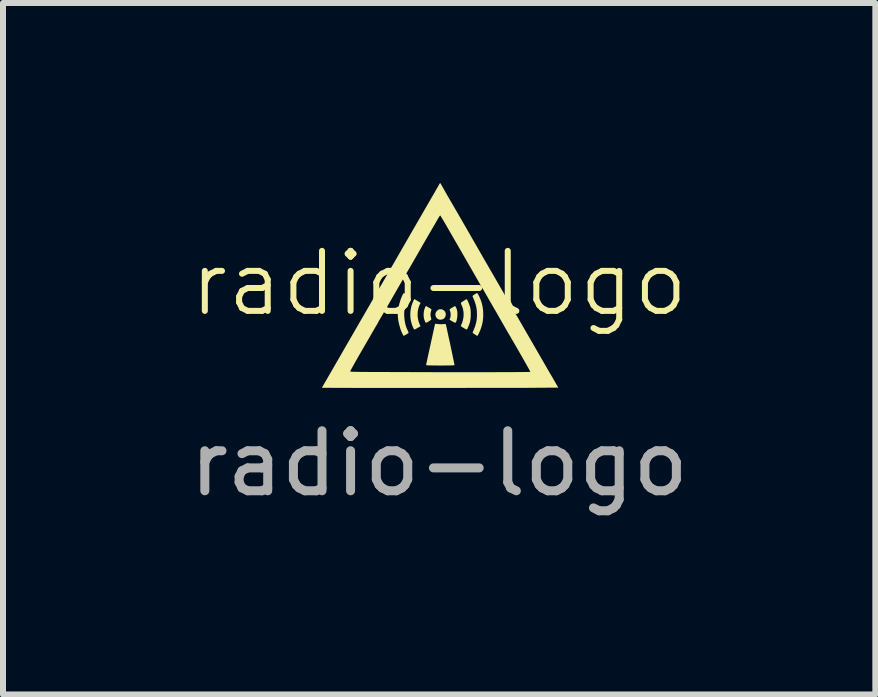
<source format=kicad_pcb>
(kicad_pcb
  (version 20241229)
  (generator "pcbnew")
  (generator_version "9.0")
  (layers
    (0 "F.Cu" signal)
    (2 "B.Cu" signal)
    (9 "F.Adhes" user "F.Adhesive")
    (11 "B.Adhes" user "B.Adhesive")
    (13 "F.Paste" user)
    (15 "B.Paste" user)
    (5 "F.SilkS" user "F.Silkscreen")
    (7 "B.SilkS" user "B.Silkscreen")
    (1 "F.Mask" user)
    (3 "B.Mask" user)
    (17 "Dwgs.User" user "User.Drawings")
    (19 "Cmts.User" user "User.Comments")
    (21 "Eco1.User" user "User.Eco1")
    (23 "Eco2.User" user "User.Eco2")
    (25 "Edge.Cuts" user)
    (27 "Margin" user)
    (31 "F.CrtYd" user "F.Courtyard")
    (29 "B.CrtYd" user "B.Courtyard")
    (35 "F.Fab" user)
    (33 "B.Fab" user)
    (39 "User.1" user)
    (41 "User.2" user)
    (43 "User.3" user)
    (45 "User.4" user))
  (footprint "radio-logo"
    (layer "F.Cu")
    (at 4.268 2.173)
    (property "Reference" "radio-logo" (at 0 -0.5 0) (unlocked yes) (layer "F.SilkS") (effects (font (size 1 1) (thickness 0.1))))
    (attr smd)
    (fp_poly (pts (xy -0.391 -0.227) (xy -0.379 -0.22) (xy -0.365 -0.211) (xy -0.351 -0.203) (xy -0.338 -0.194) (xy -0.309 -0.177) (xy -0.322 -0.15) (xy -0.331 -0.132) (xy -0.338 -0.112) (xy -0.344 -0.092) (xy -0.35 -0.072) (xy -0.354 -0.05) (xy -0.357 -0.029) (xy -0.358 -0.007) (xy -0.359 0.015) (xy -0.359 0.038) (xy -0.357 0.06) (xy -0.354 0.082) (xy -0.35 0.103) (xy -0.345 0.124) (xy -0.339 0.145) (xy -0.332 0.165) (xy -0.324 0.184) (xy -0.31 0.212) (xy -0.325 0.221) (xy -0.34 0.23) (xy -0.355 0.239) (xy -0.369 0.247) (xy -0.382 0.254) (xy -0.393 0.26) (xy -0.398 0.262) (xy -0.402 0.264) (xy -0.406 0.266) (xy -0.409 0.267) (xy -0.412 0.268) (xy -0.413 0.268) (xy -0.413 0.268) (xy -0.414 0.268) (xy -0.415 0.267) (xy -0.416 0.266) (xy -0.417 0.265) (xy -0.418 0.263) (xy -0.42 0.261) (xy -0.423 0.256) (xy -0.427 0.25) (xy -0.43 0.243) (xy -0.434 0.235) (xy -0.438 0.227) (xy -0.448 0.202) (xy -0.457 0.177) (xy -0.464 0.151) (xy -0.471 0.125) (xy -0.475 0.098) (xy -0.479 0.071) (xy -0.48 0.044) (xy -0.481 0.016) (xy -0.48 -0.011) (xy -0.478 -0.038) (xy -0.474 -0.066) (xy -0.469 -0.093) (xy -0.463 -0.119) (xy -0.455 -0.145) (xy -0.446 -0.171) (xy -0.436 -0.196) (xy -0.415 -0.24)) (stroke (width -0.000001) (type solid)) (fill yes) (layer "F.SilkS"))
    (fp_poly (pts (xy -0.058 0.171) (xy -0.057 0.171) (xy -0.056 0.171) (xy -0.054 0.172) (xy -0.053 0.172) (xy -0.052 0.172) (xy -0.048 0.173) (xy -0.044 0.174) (xy -0.037 0.175) (xy -0.021 0.177) (xy -0.002 0.178) (xy 0.02 0.179) (xy 0.042 0.179) (xy 0.063 0.178) (xy 0.081 0.178) (xy 0.088 0.177) (xy 0.093 0.176) (xy 0.096 0.175) (xy 0.099 0.175) (xy 0.101 0.175) (xy 0.104 0.176) (xy 0.106 0.176) (xy 0.107 0.178) (xy 0.109 0.18) (xy 0.111 0.183) (xy 0.112 0.188) (xy 0.114 0.193) (xy 0.115 0.199) (xy 0.117 0.206) (xy 0.121 0.225) (xy 0.127 0.25) (xy 0.156 0.388) (xy 0.181 0.499) (xy 0.214 0.655) (xy 0.243 0.795) (xy 0.256 0.859) (xy 0.255 0.86) (xy 0.253 0.861) (xy 0.244 0.863) (xy 0.227 0.865) (xy 0.204 0.866) (xy 0.131 0.867) (xy 0.019 0.868) (xy -0.046 0.867) (xy -0.098 0.867) (xy -0.12 0.867) (xy -0.139 0.866) (xy -0.156 0.866) (xy -0.171 0.866) (xy -0.183 0.865) (xy -0.193 0.864) (xy -0.201 0.864) (xy -0.207 0.863) (xy -0.209 0.862) (xy -0.212 0.862) (xy -0.213 0.861) (xy -0.215 0.861) (xy -0.216 0.86) (xy -0.216 0.86) (xy -0.217 0.859) (xy -0.217 0.858) (xy -0.214 0.839) (xy -0.204 0.795) (xy -0.191 0.731) (xy -0.174 0.655) (xy -0.111 0.367) (xy -0.093 0.284) (xy -0.085 0.247) (xy -0.079 0.22) (xy -0.077 0.211) (xy -0.075 0.203) (xy -0.073 0.196) (xy -0.072 0.19) (xy -0.071 0.188) (xy -0.07 0.185) (xy -0.07 0.183) (xy -0.069 0.181) (xy -0.068 0.18) (xy -0.068 0.178) (xy -0.067 0.177) (xy -0.066 0.175) (xy -0.065 0.174) (xy -0.065 0.173) (xy -0.064 0.173) (xy -0.063 0.172) (xy -0.062 0.172) (xy -0.061 0.171) (xy -0.06 0.171) (xy -0.059 0.171)) (stroke (width -0.000001) (type solid)) (fill yes) (layer "F.SilkS"))
    (fp_poly (pts (xy 0.029 -0.07) (xy 0.035 -0.07) (xy 0.041 -0.069) (xy 0.047 -0.067) (xy 0.052 -0.065) (xy 0.058 -0.063) (xy 0.063 -0.06) (xy 0.068 -0.057) (xy 0.073 -0.054) (xy 0.078 -0.05) (xy 0.083 -0.046) (xy 0.087 -0.042) (xy 0.091 -0.037) (xy 0.094 -0.033) (xy 0.098 -0.028) (xy 0.101 -0.022) (xy 0.103 -0.017) (xy 0.105 -0.011) (xy 0.107 -0.005) (xy 0.109 0.001) (xy 0.11 0.007) (xy 0.11 0.013) (xy 0.11 0.019) (xy 0.11 0.026) (xy 0.109 0.032) (xy 0.107 0.039) (xy 0.105 0.046) (xy 0.103 0.052) (xy 0.1 0.058) (xy 0.097 0.063) (xy 0.094 0.068) (xy 0.091 0.073) (xy 0.087 0.077) (xy 0.083 0.082) (xy 0.078 0.085) (xy 0.073 0.089) (xy 0.068 0.092) (xy 0.063 0.095) (xy 0.057 0.097) (xy 0.051 0.099) (xy 0.045 0.101) (xy 0.038 0.102) (xy 0.031 0.103) (xy 0.024 0.104) (xy 0.018 0.104) (xy 0.011 0.104) (xy 0.005 0.103) (xy -0.001 0.101) (xy -0.007 0.099) (xy -0.013 0.097) (xy -0.019 0.094) (xy -0.024 0.091) (xy -0.029 0.087) (xy -0.034 0.083) (xy -0.038 0.079) (xy -0.042 0.075) (xy -0.046 0.07) (xy -0.049 0.065) (xy -0.052 0.06) (xy -0.055 0.054) (xy -0.057 0.048) (xy -0.059 0.043) (xy -0.061 0.037) (xy -0.062 0.031) (xy -0.062 0.025) (xy -0.063 0.018) (xy -0.062 0.012) (xy -0.062 0.006) (xy -0.061 -0.000191) (xy -0.059 -0.006) (xy -0.057 -0.012) (xy -0.054 -0.018) (xy -0.051 -0.024) (xy -0.047 -0.03) (xy -0.043 -0.036) (xy -0.041 -0.038) (xy -0.039 -0.04) (xy -0.037 -0.043) (xy -0.034 -0.045) (xy -0.032 -0.047) (xy -0.03 -0.049) (xy -0.028 -0.051) (xy -0.025 -0.053) (xy -0.023 -0.055) (xy -0.021 -0.057) (xy -0.019 -0.059) (xy -0.017 -0.06) (xy -0.015 -0.061) (xy -0.013 -0.062) (xy -0.011 -0.063) (xy -0.01 -0.064) (xy -0.003 -0.066) (xy 0.003 -0.068) (xy 0.01 -0.069) (xy 0.016 -0.07) (xy 0.022 -0.07)) (stroke (width -0.000001) (type solid)) (fill yes) (layer "F.SilkS"))
    (fp_poly (pts (xy 0.46 -0.239) (xy 0.46 -0.239) (xy 0.462 -0.236) (xy 0.465 -0.231) (xy 0.468 -0.225) (xy 0.476 -0.209) (xy 0.485 -0.189) (xy 0.494 -0.168) (xy 0.502 -0.146) (xy 0.509 -0.126) (xy 0.515 -0.109) (xy 0.518 -0.097) (xy 0.52 -0.084) (xy 0.522 -0.069) (xy 0.524 -0.054) (xy 0.525 -0.037) (xy 0.526 -0.02) (xy 0.526 -0.002) (xy 0.526 0.015) (xy 0.526 0.033) (xy 0.526 0.051) (xy 0.525 0.068) (xy 0.523 0.085) (xy 0.521 0.1) (xy 0.519 0.115) (xy 0.517 0.129) (xy 0.514 0.141) (xy 0.511 0.151) (xy 0.508 0.162) (xy 0.504 0.173) (xy 0.5 0.184) (xy 0.496 0.195) (xy 0.492 0.205) (xy 0.488 0.215) (xy 0.484 0.225) (xy 0.48 0.234) (xy 0.476 0.242) (xy 0.473 0.249) (xy 0.469 0.256) (xy 0.466 0.261) (xy 0.463 0.265) (xy 0.462 0.266) (xy 0.461 0.267) (xy 0.46 0.268) (xy 0.459 0.268) (xy 0.458 0.268) (xy 0.456 0.267) (xy 0.452 0.266) (xy 0.446 0.263) (xy 0.439 0.26) (xy 0.423 0.251) (xy 0.406 0.241) (xy 0.39 0.231) (xy 0.375 0.221) (xy 0.37 0.217) (xy 0.365 0.214) (xy 0.363 0.212) (xy 0.362 0.211) (xy 0.362 0.21) (xy 0.362 0.209) (xy 0.362 0.208) (xy 0.363 0.204) (xy 0.365 0.199) (xy 0.367 0.193) (xy 0.369 0.187) (xy 0.372 0.179) (xy 0.376 0.171) (xy 0.379 0.163) (xy 0.386 0.145) (xy 0.391 0.128) (xy 0.396 0.11) (xy 0.4 0.091) (xy 0.403 0.072) (xy 0.406 0.053) (xy 0.407 0.034) (xy 0.407 0.015) (xy 0.407 -0.003) (xy 0.406 -0.022) (xy 0.403 -0.041) (xy 0.4 -0.059) (xy 0.396 -0.076) (xy 0.391 -0.094) (xy 0.386 -0.11) (xy 0.379 -0.126) (xy 0.376 -0.134) (xy 0.372 -0.142) (xy 0.369 -0.149) (xy 0.367 -0.156) (xy 0.365 -0.162) (xy 0.364 -0.164) (xy 0.363 -0.167) (xy 0.362 -0.169) (xy 0.362 -0.171) (xy 0.362 -0.172) (xy 0.362 -0.173) (xy 0.362 -0.174) (xy 0.362 -0.174) (xy 0.363 -0.176) (xy 0.364 -0.177) (xy 0.365 -0.179) (xy 0.367 -0.181) (xy 0.37 -0.183) (xy 0.372 -0.186) (xy 0.376 -0.188) (xy 0.383 -0.193) (xy 0.391 -0.199) (xy 0.4 -0.205) (xy 0.41 -0.211) (xy 0.444 -0.231) (xy 0.45 -0.234) (xy 0.454 -0.237) (xy 0.457 -0.239) (xy 0.458 -0.239) (xy 0.459 -0.24)) (stroke (width -0.000001) (type solid)) (fill yes) (layer "F.SilkS"))
    (fp_poly (pts (xy 0.262 -0.12) (xy 0.264 -0.12) (xy 0.266 -0.119) (xy 0.269 -0.117) (xy 0.271 -0.116) (xy 0.273 -0.114) (xy 0.275 -0.111) (xy 0.277 -0.108) (xy 0.279 -0.104) (xy 0.281 -0.1) (xy 0.283 -0.096) (xy 0.285 -0.091) (xy 0.287 -0.085) (xy 0.29 -0.079) (xy 0.292 -0.072) (xy 0.295 -0.065) (xy 0.296 -0.058) (xy 0.298 -0.051) (xy 0.301 -0.036) (xy 0.303 -0.019) (xy 0.304 -0.002) (xy 0.304 0.016) (xy 0.303 0.034) (xy 0.302 0.053) (xy 0.3 0.07) (xy 0.297 0.087) (xy 0.294 0.103) (xy 0.291 0.117) (xy 0.287 0.13) (xy 0.284 0.136) (xy 0.282 0.14) (xy 0.28 0.145) (xy 0.277 0.148) (xy 0.275 0.151) (xy 0.272 0.153) (xy 0.269 0.154) (xy 0.266 0.155) (xy 0.265 0.155) (xy 0.263 0.154) (xy 0.259 0.153) (xy 0.253 0.15) (xy 0.246 0.147) (xy 0.239 0.143) (xy 0.231 0.139) (xy 0.214 0.129) (xy 0.198 0.12) (xy 0.191 0.115) (xy 0.184 0.111) (xy 0.179 0.107) (xy 0.175 0.103) (xy 0.172 0.101) (xy 0.171 0.1) (xy 0.171 0.099) (xy 0.171 0.099) (xy 0.171 0.098) (xy 0.171 0.097) (xy 0.172 0.097) (xy 0.172 0.096) (xy 0.172 0.095) (xy 0.173 0.094) (xy 0.173 0.093) (xy 0.174 0.092) (xy 0.175 0.092) (xy 0.175 0.091) (xy 0.176 0.09) (xy 0.177 0.089) (xy 0.177 0.088) (xy 0.178 0.087) (xy 0.179 0.086) (xy 0.18 0.085) (xy 0.181 0.083) (xy 0.184 0.078) (xy 0.185 0.072) (xy 0.187 0.065) (xy 0.188 0.057) (xy 0.19 0.049) (xy 0.19 0.04) (xy 0.191 0.03) (xy 0.191 0.02) (xy 0.191 0.011) (xy 0.19 0.001) (xy 0.189 -0.008) (xy 0.188 -0.017) (xy 0.186 -0.025) (xy 0.185 -0.032) (xy 0.182 -0.038) (xy 0.181 -0.041) (xy 0.18 -0.044) (xy 0.179 -0.047) (xy 0.178 -0.05) (xy 0.177 -0.052) (xy 0.177 -0.054) (xy 0.176 -0.057) (xy 0.175 -0.059) (xy 0.175 -0.061) (xy 0.174 -0.063) (xy 0.174 -0.064) (xy 0.174 -0.066) (xy 0.174 -0.067) (xy 0.174 -0.068) (xy 0.174 -0.068) (xy 0.174 -0.068) (xy 0.174 -0.069) (xy 0.174 -0.069) (xy 0.175 -0.07) (xy 0.178 -0.072) (xy 0.187 -0.078) (xy 0.199 -0.086) (xy 0.207 -0.091) (xy 0.214 -0.096) (xy 0.222 -0.1) (xy 0.23 -0.105) (xy 0.237 -0.109) (xy 0.243 -0.113) (xy 0.249 -0.116) (xy 0.252 -0.117) (xy 0.254 -0.118) (xy 0.256 -0.119) (xy 0.258 -0.12) (xy 0.259 -0.12) (xy 0.26 -0.12) (xy 0.26 -0.12)) (stroke (width -0.000001) (type solid)) (fill yes) (layer "F.SilkS"))
    (fp_poly (pts (xy 0.632 -0.338) (xy 0.633 -0.338) (xy 0.636 -0.335) (xy 0.64 -0.331) (xy 0.644 -0.325) (xy 0.648 -0.318) (xy 0.653 -0.31) (xy 0.663 -0.291) (xy 0.674 -0.269) (xy 0.684 -0.245) (xy 0.694 -0.219) (xy 0.703 -0.194) (xy 0.711 -0.168) (xy 0.717 -0.142) (xy 0.723 -0.115) (xy 0.727 -0.087) (xy 0.731 -0.06) (xy 0.733 -0.032) (xy 0.734 -0.004) (xy 0.734 0.025) (xy 0.734 0.053) (xy 0.732 0.081) (xy 0.729 0.109) (xy 0.725 0.137) (xy 0.72 0.164) (xy 0.713 0.191) (xy 0.706 0.217) (xy 0.698 0.243) (xy 0.694 0.253) (xy 0.69 0.264) (xy 0.682 0.286) (xy 0.672 0.308) (xy 0.663 0.328) (xy 0.654 0.346) (xy 0.65 0.354) (xy 0.646 0.361) (xy 0.643 0.366) (xy 0.64 0.37) (xy 0.638 0.373) (xy 0.637 0.373) (xy 0.637 0.374) (xy 0.636 0.373) (xy 0.634 0.373) (xy 0.63 0.371) (xy 0.626 0.369) (xy 0.62 0.366) (xy 0.614 0.362) (xy 0.607 0.358) (xy 0.593 0.348) (xy 0.579 0.339) (xy 0.573 0.334) (xy 0.567 0.33) (xy 0.563 0.327) (xy 0.56 0.324) (xy 0.558 0.321) (xy 0.557 0.321) (xy 0.557 0.32) (xy 0.584 0.252) (xy 0.596 0.222) (xy 0.601 0.208) (xy 0.605 0.193) (xy 0.609 0.179) (xy 0.613 0.166) (xy 0.617 0.152) (xy 0.619 0.138) (xy 0.622 0.124) (xy 0.624 0.11) (xy 0.626 0.096) (xy 0.627 0.081) (xy 0.628 0.066) (xy 0.629 0.051) (xy 0.63 0.034) (xy 0.63 0.017) (xy 0.629 -0.002) (xy 0.629 -0.021) (xy 0.628 -0.04) (xy 0.626 -0.057) (xy 0.624 -0.074) (xy 0.621 -0.092) (xy 0.618 -0.109) (xy 0.614 -0.126) (xy 0.61 -0.143) (xy 0.604 -0.161) (xy 0.598 -0.179) (xy 0.592 -0.198) (xy 0.584 -0.219) (xy 0.575 -0.24) (xy 0.556 -0.286) (xy 0.555 -0.287) (xy 0.555 -0.287) (xy 0.555 -0.287) (xy 0.556 -0.288) (xy 0.556 -0.289) (xy 0.557 -0.291) (xy 0.558 -0.292) (xy 0.559 -0.294) (xy 0.561 -0.296) (xy 0.563 -0.298) (xy 0.565 -0.3) (xy 0.568 -0.302) (xy 0.57 -0.304) (xy 0.573 -0.306) (xy 0.576 -0.308) (xy 0.579 -0.31) (xy 0.583 -0.313) (xy 0.586 -0.315) (xy 0.589 -0.317) (xy 0.593 -0.32) (xy 0.596 -0.322) (xy 0.6 -0.324) (xy 0.603 -0.326) (xy 0.606 -0.328) (xy 0.61 -0.33) (xy 0.613 -0.331) (xy 0.616 -0.333) (xy 0.618 -0.334) (xy 0.621 -0.335) (xy 0.623 -0.336) (xy 0.626 -0.337) (xy 0.627 -0.338) (xy 0.629 -0.338) (xy 0.63 -0.338)) (stroke (width -0.000001) (type solid)) (fill yes) (layer "F.SilkS"))
    (fp_poly (pts (xy -0.217 -0.123) (xy -0.216 -0.123) (xy -0.215 -0.122) (xy -0.214 -0.122) (xy -0.213 -0.122) (xy -0.212 -0.121) (xy -0.211 -0.12) (xy -0.21 -0.12) (xy -0.207 -0.118) (xy -0.204 -0.116) (xy -0.199 -0.113) (xy -0.187 -0.105) (xy -0.173 -0.097) (xy -0.158 -0.089) (xy -0.154 -0.086) (xy -0.15 -0.083) (xy -0.146 -0.081) (xy -0.143 -0.079) (xy -0.14 -0.077) (xy -0.139 -0.076) (xy -0.137 -0.075) (xy -0.136 -0.074) (xy -0.135 -0.073) (xy -0.134 -0.072) (xy -0.133 -0.071) (xy -0.132 -0.07) (xy -0.132 -0.069) (xy -0.131 -0.068) (xy -0.13 -0.067) (xy -0.13 -0.066) (xy -0.129 -0.066) (xy -0.129 -0.065) (xy -0.129 -0.064) (xy -0.129 -0.063) (xy -0.128 -0.062) (xy -0.128 -0.061) (xy -0.128 -0.061) (xy -0.128 -0.06) (xy -0.128 -0.059) (xy -0.129 -0.058) (xy -0.129 -0.057) (xy -0.132 -0.05) (xy -0.134 -0.043) (xy -0.136 -0.035) (xy -0.138 -0.028) (xy -0.14 -0.021) (xy -0.141 -0.013) (xy -0.143 -0.006) (xy -0.143 0.001) (xy -0.144 0.008) (xy -0.144 0.015) (xy -0.144 0.022) (xy -0.144 0.029) (xy -0.144 0.035) (xy -0.143 0.042) (xy -0.142 0.048) (xy -0.14 0.054) (xy -0.138 0.061) (xy -0.137 0.068) (xy -0.134 0.081) (xy -0.131 0.091) (xy -0.131 0.094) (xy -0.13 0.096) (xy -0.13 0.097) (xy -0.13 0.097) (xy -0.131 0.099) (xy -0.132 0.1) (xy -0.133 0.102) (xy -0.135 0.104) (xy -0.137 0.106) (xy -0.14 0.108) (xy -0.143 0.111) (xy -0.146 0.113) (xy -0.149 0.116) (xy -0.157 0.121) (xy -0.165 0.127) (xy -0.175 0.133) (xy -0.192 0.143) (xy -0.199 0.147) (xy -0.205 0.15) (xy -0.208 0.152) (xy -0.211 0.152) (xy -0.213 0.153) (xy -0.215 0.154) (xy -0.217 0.154) (xy -0.219 0.154) (xy -0.221 0.153) (xy -0.223 0.153) (xy -0.225 0.152) (xy -0.226 0.15) (xy -0.228 0.149) (xy -0.229 0.147) (xy -0.231 0.145) (xy -0.232 0.142) (xy -0.234 0.14) (xy -0.235 0.137) (xy -0.238 0.129) (xy -0.241 0.121) (xy -0.249 0.099) (xy -0.252 0.089) (xy -0.254 0.078) (xy -0.256 0.067) (xy -0.257 0.055) (xy -0.258 0.043) (xy -0.259 0.03) (xy -0.259 0.017) (xy -0.258 0.004) (xy -0.257 -0.009) (xy -0.256 -0.022) (xy -0.254 -0.034) (xy -0.252 -0.047) (xy -0.249 -0.058) (xy -0.246 -0.07) (xy -0.242 -0.081) (xy -0.238 -0.091) (xy -0.236 -0.097) (xy -0.233 -0.102) (xy -0.231 -0.107) (xy -0.23 -0.109) (xy -0.229 -0.111) (xy -0.228 -0.113) (xy -0.227 -0.115) (xy -0.226 -0.116) (xy -0.226 -0.117) (xy -0.225 -0.118) (xy -0.224 -0.119) (xy -0.223 -0.12) (xy -0.222 -0.121) (xy -0.222 -0.122) (xy -0.221 -0.122) (xy -0.22 -0.123) (xy -0.219 -0.123) (xy -0.218 -0.123) (xy -0.218 -0.123)) (stroke (width -0.000001) (type solid)) (fill yes) (layer "F.SilkS"))
    (fp_poly (pts (xy -0.588 -0.339) (xy -0.586 -0.339) (xy -0.582 -0.337) (xy -0.577 -0.335) (xy -0.571 -0.332) (xy -0.565 -0.329) (xy -0.558 -0.325) (xy -0.543 -0.317) (xy -0.536 -0.312) (xy -0.529 -0.308) (xy -0.523 -0.304) (xy -0.518 -0.3) (xy -0.513 -0.296) (xy -0.509 -0.293) (xy -0.507 -0.291) (xy -0.506 -0.29) (xy -0.506 -0.289) (xy -0.506 -0.288) (xy -0.507 -0.287) (xy -0.508 -0.283) (xy -0.509 -0.279) (xy -0.512 -0.273) (xy -0.514 -0.267) (xy -0.518 -0.26) (xy -0.521 -0.253) (xy -0.525 -0.246) (xy -0.533 -0.23) (xy -0.54 -0.213) (xy -0.547 -0.196) (xy -0.553 -0.179) (xy -0.558 -0.162) (xy -0.563 -0.145) (xy -0.568 -0.127) (xy -0.572 -0.109) (xy -0.575 -0.091) (xy -0.578 -0.073) (xy -0.58 -0.054) (xy -0.581 -0.035) (xy -0.582 -0.015) (xy -0.583 0.004) (xy -0.583 0.024) (xy -0.582 0.045) (xy -0.581 0.061) (xy -0.58 0.077) (xy -0.578 0.093) (xy -0.576 0.109) (xy -0.574 0.124) (xy -0.571 0.14) (xy -0.568 0.155) (xy -0.565 0.169) (xy -0.562 0.184) (xy -0.558 0.198) (xy -0.553 0.212) (xy -0.549 0.226) (xy -0.544 0.239) (xy -0.539 0.252) (xy -0.533 0.265) (xy -0.527 0.278) (xy -0.525 0.282) (xy -0.523 0.286) (xy -0.521 0.29) (xy -0.52 0.294) (xy -0.518 0.298) (xy -0.517 0.302) (xy -0.515 0.305) (xy -0.514 0.309) (xy -0.513 0.312) (xy -0.512 0.315) (xy -0.511 0.317) (xy -0.511 0.32) (xy -0.51 0.321) (xy -0.51 0.323) (xy -0.51 0.324) (xy -0.51 0.324) (xy -0.51 0.325) (xy -0.51 0.325) (xy -0.512 0.327) (xy -0.515 0.329) (xy -0.52 0.332) (xy -0.525 0.336) (xy -0.538 0.344) (xy -0.553 0.353) (xy -0.567 0.361) (xy -0.58 0.368) (xy -0.585 0.37) (xy -0.59 0.372) (xy -0.592 0.373) (xy -0.593 0.373) (xy -0.594 0.373) (xy -0.595 0.372) (xy -0.596 0.369) (xy -0.601 0.36) (xy -0.614 0.335) (xy -0.622 0.319) (xy -0.629 0.301) (xy -0.637 0.283) (xy -0.644 0.263) (xy -0.65 0.243) (xy -0.656 0.223) (xy -0.662 0.201) (xy -0.668 0.18) (xy -0.672 0.159) (xy -0.677 0.138) (xy -0.681 0.117) (xy -0.684 0.096) (xy -0.686 0.076) (xy -0.688 0.057) (xy -0.689 0.038) (xy -0.69 0.021) (xy -0.689 0.003) (xy -0.688 -0.016) (xy -0.687 -0.035) (xy -0.685 -0.054) (xy -0.682 -0.074) (xy -0.678 -0.094) (xy -0.675 -0.114) (xy -0.67 -0.134) (xy -0.665 -0.155) (xy -0.66 -0.175) (xy -0.654 -0.195) (xy -0.647 -0.215) (xy -0.641 -0.235) (xy -0.633 -0.254) (xy -0.626 -0.273) (xy -0.618 -0.292) (xy -0.615 -0.297) (xy -0.613 -0.301) (xy -0.611 -0.306) (xy -0.609 -0.31) (xy -0.607 -0.314) (xy -0.604 -0.318) (xy -0.602 -0.322) (xy -0.6 -0.325) (xy -0.598 -0.328) (xy -0.597 -0.331) (xy -0.595 -0.333) (xy -0.593 -0.335) (xy -0.592 -0.337) (xy -0.591 -0.338) (xy -0.591 -0.338) (xy -0.59 -0.338) (xy -0.59 -0.339) (xy -0.589 -0.339) (xy -0.589 -0.339)) (stroke (width -0.000001) (type solid)) (fill yes) (layer "F.SilkS"))
    (fp_poly (pts (xy 0.016 -2.173) (xy 0.016 -2.173) (xy 0.017 -2.173) (xy 0.018 -2.172) (xy 0.019 -2.171) (xy 0.021 -2.168) (xy 0.024 -2.163) (xy 0.027 -2.158) (xy 0.03 -2.153) (xy 0.034 -2.146) (xy 0.038 -2.14) (xy 0.078 -2.069) (xy 0.149 -1.944) (xy 0.235 -1.796) (xy 0.309 -1.669) (xy 0.429 -1.461) (xy 0.491 -1.353) (xy 0.563 -1.228) (xy 0.719 -0.956) (xy 1.141 -0.226) (xy 1.409 0.24) (xy 1.607 0.582) (xy 1.845 0.995) (xy 1.893 1.076) (xy 1.933 1.146) (xy 1.961 1.195) (xy 1.974 1.217) (xy 1.976 1.218) (xy 1.977 1.22) (xy 1.977 1.221) (xy 1.978 1.223) (xy 1.979 1.224) (xy 1.98 1.225) (xy 1.981 1.227) (xy 1.982 1.228) (xy 1.982 1.229) (xy 1.983 1.231) (xy 1.983 1.232) (xy 1.984 1.233) (xy 1.984 1.234) (xy 1.984 1.234) (xy 1.984 1.235) (xy 1.984 1.236) (xy 1.406 1.24) (xy 0.016 1.241) (xy -1.374 1.241) (xy -1.953 1.239) (xy -1.952 1.238) (xy -1.952 1.237) (xy -1.95 1.232) (xy -1.942 1.218) (xy -1.931 1.198) (xy -1.917 1.173) (xy -1.801 0.973) (xy -1.797 0.966) (xy -1.483 0.966) (xy -1.475 0.969) (xy -1.444 0.972) (xy -1.253 0.975) (xy 0.018 0.979) (xy 0.728 0.979) (xy 1.191 0.978) (xy 1.443 0.976) (xy 1.5 0.975) (xy 1.514 0.974) (xy 1.519 0.973) (xy 1.512 0.958) (xy 1.493 0.922) (xy 1.423 0.798) (xy 1.323 0.623) (xy 1.205 0.419) (xy 1.156 0.335) (xy 1.137 0.303) (xy 1.125 0.282) (xy 0.949 -0.025) (xy 0.888 -0.13) (xy 0.817 -0.254) (xy 0.754 -0.363) (xy 0.73 -0.405) (xy 0.714 -0.431) (xy 0.704 -0.448) (xy 0.694 -0.465) (xy 0.677 -0.494) (xy 0.579 -0.666) (xy 0.422 -0.939) (xy 0.113 -1.475) (xy 0.104 -1.49) (xy 0.092 -1.511) (xy 0.06 -1.565) (xy 0.053 -1.578) (xy 0.045 -1.59) (xy 0.038 -1.601) (xy 0.032 -1.611) (xy 0.027 -1.62) (xy 0.022 -1.626) (xy 0.021 -1.629) (xy 0.019 -1.631) (xy 0.018 -1.632) (xy 0.017 -1.633) (xy 0.017 -1.633) (xy 0.017 -1.633) (xy 0.016 -1.632) (xy 0.014 -1.631) (xy 0.013 -1.629) (xy 0.009 -1.624) (xy 0.004 -1.617) (xy -0.002 -1.608) (xy -0.008 -1.598) (xy -0.015 -1.587) (xy -0.022 -1.575) (xy -0.038 -1.547) (xy -0.055 -1.517) (xy -0.086 -1.464) (xy -0.214 -1.244) (xy -0.35 -1.007) (xy -0.465 -0.807) (xy -0.566 -0.634) (xy -0.665 -0.462) (xy -0.878 -0.092) (xy -0.939 0.013) (xy -0.983 0.088) (xy -0.989 0.098) (xy -0.994 0.108) (xy -1 0.117) (xy -1.005 0.126) (xy -1.009 0.133) (xy -1.012 0.14) (xy -1.015 0.145) (xy -1.016 0.147) (xy -1.016 0.148) (xy -1.02 0.154) (xy -1.024 0.163) (xy -1.03 0.173) (xy -1.036 0.183) (xy -1.048 0.203) (xy -1.07 0.24) (xy -1.129 0.342) (xy -1.191 0.45) (xy -1.233 0.522) (xy -1.322 0.676) (xy -1.402 0.816) (xy -1.46 0.921) (xy -1.477 0.952) (xy -1.481 0.961) (xy -1.483 0.966) (xy -1.797 0.966) (xy -1.729 0.848) (xy -1.667 0.741) (xy -1.547 0.532) (xy -1.335 0.165) (xy -0.954 -0.494) (xy -0.882 -0.619) (xy -0.82 -0.727) (xy -0.7 -0.935) (xy -0.489 -1.302) (xy -0.106 -1.965) (xy -0.072 -2.023) (xy -0.043 -2.075) (xy -0.019 -2.116) (xy -0.006 -2.14) (xy -0.002 -2.146) (xy 0.001 -2.153) (xy 0.003 -2.156) (xy 0.005 -2.158) (xy 0.006 -2.161) (xy 0.008 -2.163) (xy 0.009 -2.166) (xy 0.011 -2.168) (xy 0.012 -2.169) (xy 0.013 -2.171) (xy 0.014 -2.172) (xy 0.015 -2.173) (xy 0.015 -2.173) (xy 0.015 -2.173) (xy 0.016 -2.173) (xy 0.016 -2.173)) (stroke (width -0.000001) (type solid)) (fill yes) (layer "F.SilkS"))
    (fp_text user "${REFERENCE}" (at 0 2.5 0) (unlocked yes) (layer "F.Fab") (effects (font (size 1 1) (thickness 0.15)))))
  (gr_rect
    (start -3 -3)
    (end 11.536 8.522)
    (stroke (width 0.1) (type default))
    (fill no)
    (layer "Edge.Cuts")))
</source>
